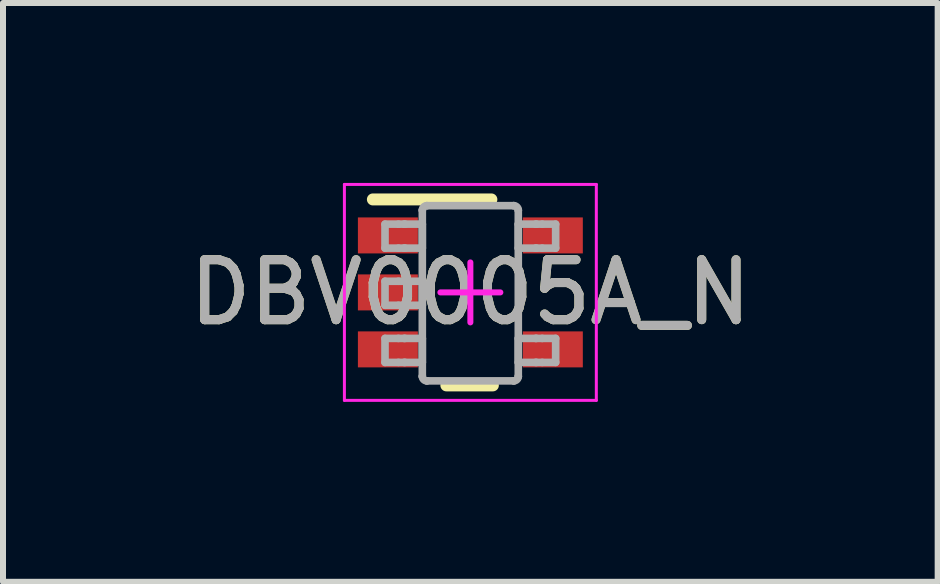
<source format=kicad_pcb>
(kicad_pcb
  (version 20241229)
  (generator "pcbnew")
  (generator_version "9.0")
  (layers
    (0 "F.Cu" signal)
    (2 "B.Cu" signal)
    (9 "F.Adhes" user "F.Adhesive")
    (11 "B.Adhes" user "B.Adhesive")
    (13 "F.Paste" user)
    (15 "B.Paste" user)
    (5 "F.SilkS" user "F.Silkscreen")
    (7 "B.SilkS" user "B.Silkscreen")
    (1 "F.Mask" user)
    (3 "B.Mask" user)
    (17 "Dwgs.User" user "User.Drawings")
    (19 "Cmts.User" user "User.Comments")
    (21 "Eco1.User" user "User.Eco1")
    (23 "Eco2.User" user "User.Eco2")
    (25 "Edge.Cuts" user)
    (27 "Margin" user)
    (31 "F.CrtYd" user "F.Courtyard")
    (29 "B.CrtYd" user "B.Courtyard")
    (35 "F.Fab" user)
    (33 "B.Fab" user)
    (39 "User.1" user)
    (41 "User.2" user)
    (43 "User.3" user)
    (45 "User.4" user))
  (footprint "DBV0005A_N"
    (layer "F.Cu")
    (at 4.792 1.825)
    (property "Reference" "DBV0005A_N" (at 0 0 0) (unlocked yes) (layer "F.SilkS") (effects (font (size 1 1) (thickness 0.15))))
    (attr smd)
    (fp_line (start -1.625 -1.55) (end 0.35 -1.55) (stroke (width 0.2) (type solid)) (layer "F.SilkS"))
    (fp_line (start -0.4 1.55) (end 0.375 1.55) (stroke (width 0.2) (type solid)) (layer "F.SilkS"))
    (fp_line (start -2.1 -1.8) (end 2.1 -1.8) (stroke (width 0.05) (type solid)) (layer "F.CrtYd"))
    (fp_line (start -2.1 1.8) (end -2.1 -1.8) (stroke (width 0.05) (type solid)) (layer "F.CrtYd"))
    (fp_line (start -2.1 1.8) (end 2.1 1.8) (stroke (width 0.05) (type solid)) (layer "F.CrtYd"))
    (fp_line (start -0.5 0) (end 0.5 0) (stroke (width 0.1) (type solid)) (layer "F.CrtYd"))
    (fp_line (start 0 0.5) (end 0 -0.5) (stroke (width 0.1) (type solid)) (layer "F.CrtYd"))
    (fp_line (start 2.1 1.8) (end 2.1 -1.8) (stroke (width 0.05) (type solid)) (layer "F.CrtYd"))
    (fp_line (start -1.423 -1.138) (end -1.199 -1.138) (stroke (width 0.127) (type solid)) (layer "F.Fab"))
    (fp_line (start -1.423 -0.738) (end -1.423 -1.138) (stroke (width 0.127) (type solid)) (layer "F.Fab"))
    (fp_line (start -1.423 -0.738) (end -1.199 -0.738) (stroke (width 0.127) (type solid)) (layer "F.Fab"))
    (fp_line (start -1.423 -0.186) (end -1.199 -0.186) (stroke (width 0.127) (type solid)) (layer "F.Fab"))
    (fp_line (start -1.423 0.215) (end -1.423 -0.186) (stroke (width 0.127) (type solid)) (layer "F.Fab"))
    (fp_line (start -1.423 0.215) (end -1.199 0.215) (stroke (width 0.127) (type solid)) (layer "F.Fab"))
    (fp_line (start -1.423 0.767) (end -1.199 0.767) (stroke (width 0.127) (type solid)) (layer "F.Fab"))
    (fp_line (start -1.423 1.167) (end -1.423 0.767) (stroke (width 0.127) (type solid)) (layer "F.Fab"))
    (fp_line (start -1.423 1.167) (end -1.199 1.167) (stroke (width 0.127) (type solid)) (layer "F.Fab"))
    (fp_line (start -1.199 -1.138) (end -1.105 -1.138) (stroke (width 0.127) (type solid)) (layer "F.Fab"))
    (fp_line (start -1.199 -0.738) (end -1.105 -0.738) (stroke (width 0.127) (type solid)) (layer "F.Fab"))
    (fp_line (start -1.199 -0.186) (end -1.105 -0.186) (stroke (width 0.127) (type solid)) (layer "F.Fab"))
    (fp_line (start -1.199 0.215) (end -1.105 0.215) (stroke (width 0.127) (type solid)) (layer "F.Fab"))
    (fp_line (start -1.199 0.767) (end -1.105 0.767) (stroke (width 0.127) (type solid)) (layer "F.Fab"))
    (fp_line (start -1.199 1.167) (end -1.105 1.167) (stroke (width 0.127) (type solid)) (layer "F.Fab"))
    (fp_line (start -1.105 -1.138) (end -1.088 -1.138) (stroke (width 0.127) (type solid)) (layer "F.Fab"))
    (fp_line (start -1.105 -0.738) (end -1.088 -0.738) (stroke (width 0.127) (type solid)) (layer "F.Fab"))
    (fp_line (start -1.105 -0.186) (end -1.088 -0.186) (stroke (width 0.127) (type solid)) (layer "F.Fab"))
    (fp_line (start -1.105 0.215) (end -1.088 0.215) (stroke (width 0.127) (type solid)) (layer "F.Fab"))
    (fp_line (start -1.105 0.767) (end -1.088 0.767) (stroke (width 0.127) (type solid)) (layer "F.Fab"))
    (fp_line (start -1.105 1.167) (end -1.088 1.167) (stroke (width 0.127) (type solid)) (layer "F.Fab"))
    (fp_line (start -1.088 -1.138) (end -0.835 -1.138) (stroke (width 0.127) (type solid)) (layer "F.Fab"))
    (fp_line (start -1.088 -0.738) (end -0.835 -0.738) (stroke (width 0.127) (type solid)) (layer "F.Fab"))
    (fp_line (start -1.088 -0.186) (end -0.835 -0.186) (stroke (width 0.127) (type solid)) (layer "F.Fab"))
    (fp_line (start -1.088 0.215) (end -0.835 0.215) (stroke (width 0.127) (type solid)) (layer "F.Fab"))
    (fp_line (start -1.088 0.767) (end -0.835 0.767) (stroke (width 0.127) (type solid)) (layer "F.Fab"))
    (fp_line (start -1.088 1.167) (end -0.835 1.167) (stroke (width 0.127) (type solid)) (layer "F.Fab"))
    (fp_line (start -0.835 -1.138) (end -0.801 -1.138) (stroke (width 0.127) (type solid)) (layer "F.Fab"))
    (fp_line (start -0.835 -0.738) (end -0.801 -0.738) (stroke (width 0.127) (type solid)) (layer "F.Fab"))
    (fp_line (start -0.835 -0.186) (end -0.801 -0.186) (stroke (width 0.127) (type solid)) (layer "F.Fab"))
    (fp_line (start -0.835 0.215) (end -0.801 0.215) (stroke (width 0.127) (type solid)) (layer "F.Fab"))
    (fp_line (start -0.835 0.767) (end -0.801 0.767) (stroke (width 0.127) (type solid)) (layer "F.Fab"))
    (fp_line (start -0.835 1.167) (end -0.801 1.167) (stroke (width 0.127) (type solid)) (layer "F.Fab"))
    (fp_line (start -0.801 -1.37) (end -0.801 -1.371) (stroke (width 0.127) (type solid)) (layer "F.Fab"))
    (fp_line (start -0.801 -0.738) (end -0.801 -1.138) (stroke (width 0.127) (type solid)) (layer "F.Fab"))
    (fp_line (start -0.801 0.215) (end -0.801 -0.186) (stroke (width 0.127) (type solid)) (layer "F.Fab"))
    (fp_line (start -0.801 1.167) (end -0.801 0.767) (stroke (width 0.127) (type solid)) (layer "F.Fab"))
    (fp_line (start -0.801 1.399) (end -0.801 -1.37) (stroke (width 0.127) (type solid)) (layer "F.Fab"))
    (fp_line (start -0.801 1.4) (end -0.801 1.399) (stroke (width 0.127) (type solid)) (layer "F.Fab"))
    (fp_line (start -0.725 -1.446) (end -0.725 -1.446) (stroke (width 0.127) (type solid)) (layer "F.Fab"))
    (fp_line (start -0.725 1.475) (end -0.725 1.475) (stroke (width 0.127) (type solid)) (layer "F.Fab"))
    (fp_line (start -0.725 -1.446) (end 0.723 -1.446) (stroke (width 0.127) (type solid)) (layer "F.Fab"))
    (fp_line (start -0.725 1.475) (end 0.723 1.475) (stroke (width 0.127) (type solid)) (layer "F.Fab"))
    (fp_line (start 0.723 -1.446) (end 0.724 -1.446) (stroke (width 0.127) (type solid)) (layer "F.Fab"))
    (fp_line (start 0.723 1.475) (end 0.724 1.475) (stroke (width 0.127) (type solid)) (layer "F.Fab"))
    (fp_line (start 0.799 -1.37) (end 0.799 -1.371) (stroke (width 0.127) (type solid)) (layer "F.Fab"))
    (fp_line (start 0.799 -1.138) (end 0.834 -1.138) (stroke (width 0.127) (type solid)) (layer "F.Fab"))
    (fp_line (start 0.799 -0.738) (end 0.799 -1.138) (stroke (width 0.127) (type solid)) (layer "F.Fab"))
    (fp_line (start 0.799 -0.738) (end 0.834 -0.738) (stroke (width 0.127) (type solid)) (layer "F.Fab"))
    (fp_line (start 0.799 0.767) (end 0.834 0.767) (stroke (width 0.127) (type solid)) (layer "F.Fab"))
    (fp_line (start 0.799 1.167) (end 0.799 0.767) (stroke (width 0.127) (type solid)) (layer "F.Fab"))
    (fp_line (start 0.799 1.167) (end 0.834 1.167) (stroke (width 0.127) (type solid)) (layer "F.Fab"))
    (fp_line (start 0.799 1.399) (end 0.799 -1.37) (stroke (width 0.127) (type solid)) (layer "F.Fab"))
    (fp_line (start 0.799 1.4) (end 0.799 1.399) (stroke (width 0.127) (type solid)) (layer "F.Fab"))
    (fp_line (start 0.834 -1.138) (end 1.087 -1.138) (stroke (width 0.127) (type solid)) (layer "F.Fab"))
    (fp_line (start 0.834 -0.738) (end 1.087 -0.738) (stroke (width 0.127) (type solid)) (layer "F.Fab"))
    (fp_line (start 0.834 0.767) (end 1.087 0.767) (stroke (width 0.127) (type solid)) (layer "F.Fab"))
    (fp_line (start 0.834 1.167) (end 1.087 1.167) (stroke (width 0.127) (type solid)) (layer "F.Fab"))
    (fp_line (start 1.087 -1.138) (end 1.103 -1.138) (stroke (width 0.127) (type solid)) (layer "F.Fab"))
    (fp_line (start 1.087 -0.738) (end 1.103 -0.738) (stroke (width 0.127) (type solid)) (layer "F.Fab"))
    (fp_line (start 1.087 0.767) (end 1.103 0.767) (stroke (width 0.127) (type solid)) (layer "F.Fab"))
    (fp_line (start 1.087 1.167) (end 1.103 1.167) (stroke (width 0.127) (type solid)) (layer "F.Fab"))
    (fp_line (start 1.103 -1.138) (end 1.198 -1.138) (stroke (width 0.127) (type solid)) (layer "F.Fab"))
    (fp_line (start 1.103 -0.738) (end 1.198 -0.738) (stroke (width 0.127) (type solid)) (layer "F.Fab"))
    (fp_line (start 1.103 0.767) (end 1.198 0.767) (stroke (width 0.127) (type solid)) (layer "F.Fab"))
    (fp_line (start 1.103 1.167) (end 1.198 1.167) (stroke (width 0.127) (type solid)) (layer "F.Fab"))
    (fp_line (start 1.198 -1.138) (end 1.422 -1.138) (stroke (width 0.127) (type solid)) (layer "F.Fab"))
    (fp_line (start 1.198 -0.738) (end 1.422 -0.738) (stroke (width 0.127) (type solid)) (layer "F.Fab"))
    (fp_line (start 1.198 0.767) (end 1.422 0.767) (stroke (width 0.127) (type solid)) (layer "F.Fab"))
    (fp_line (start 1.198 1.167) (end 1.422 1.167) (stroke (width 0.127) (type solid)) (layer "F.Fab"))
    (fp_line (start 1.422 -0.738) (end 1.422 -1.138) (stroke (width 0.127) (type solid)) (layer "F.Fab"))
    (fp_line (start 1.422 1.167) (end 1.422 0.767) (stroke (width 0.127) (type solid)) (layer "F.Fab"))
    (fp_arc (start -0.80074 -1.37084) (mid -0.778218 -1.423887) (end -0.724999 -1.445998) (stroke (width 0.127) (type solid)) (layer "F.Fab"))
    (fp_arc (start -0.724999 1.475) (mid -0.778213 1.452901) (end -0.80074 1.399867) (stroke (width 0.127) (type solid)) (layer "F.Fab"))
    (fp_arc (start 0.723714 -1.445998) (mid 0.776933 -1.423887) (end 0.799455 -1.37084) (stroke (width 0.127) (type solid)) (layer "F.Fab"))
    (fp_arc (start 0.799455 1.399868) (mid 0.776927 1.452901) (end 0.723713 1.475) (stroke (width 0.127) (type solid)) (layer "F.Fab"))
    (fp_text user "${REFERENCE}" (at 0 0 0) (unlocked yes) (layer "F.Fab") (effects (font (size 1 1) (thickness 0.15))))
    (pad "1" smd rect (at -1.375 -0.95 90) (size 0.6 1) (layers "F.Cu" "F.Mask" "F.Paste"))
    (pad "2" smd rect (at -1.375 0 90) (size 0.6 1) (layers "F.Cu" "F.Mask" "F.Paste"))
    (pad "3" smd rect (at -1.375 0.95 90) (size 0.6 1) (layers "F.Cu" "F.Mask" "F.Paste"))
    (pad "4" smd rect (at 1.375 0.95 90) (size 0.6 1) (layers "F.Cu" "F.Mask" "F.Paste"))
    (pad "5" smd rect (at 1.375 -0.95 90) (size 0.6 1) (layers "F.Cu" "F.Mask" "F.Paste")))
  (gr_rect
    (start -3 -3)
    (end 12.583 6.65)
    (stroke (width 0.1) (type default))
    (fill no)
    (layer "Edge.Cuts")))
</source>
